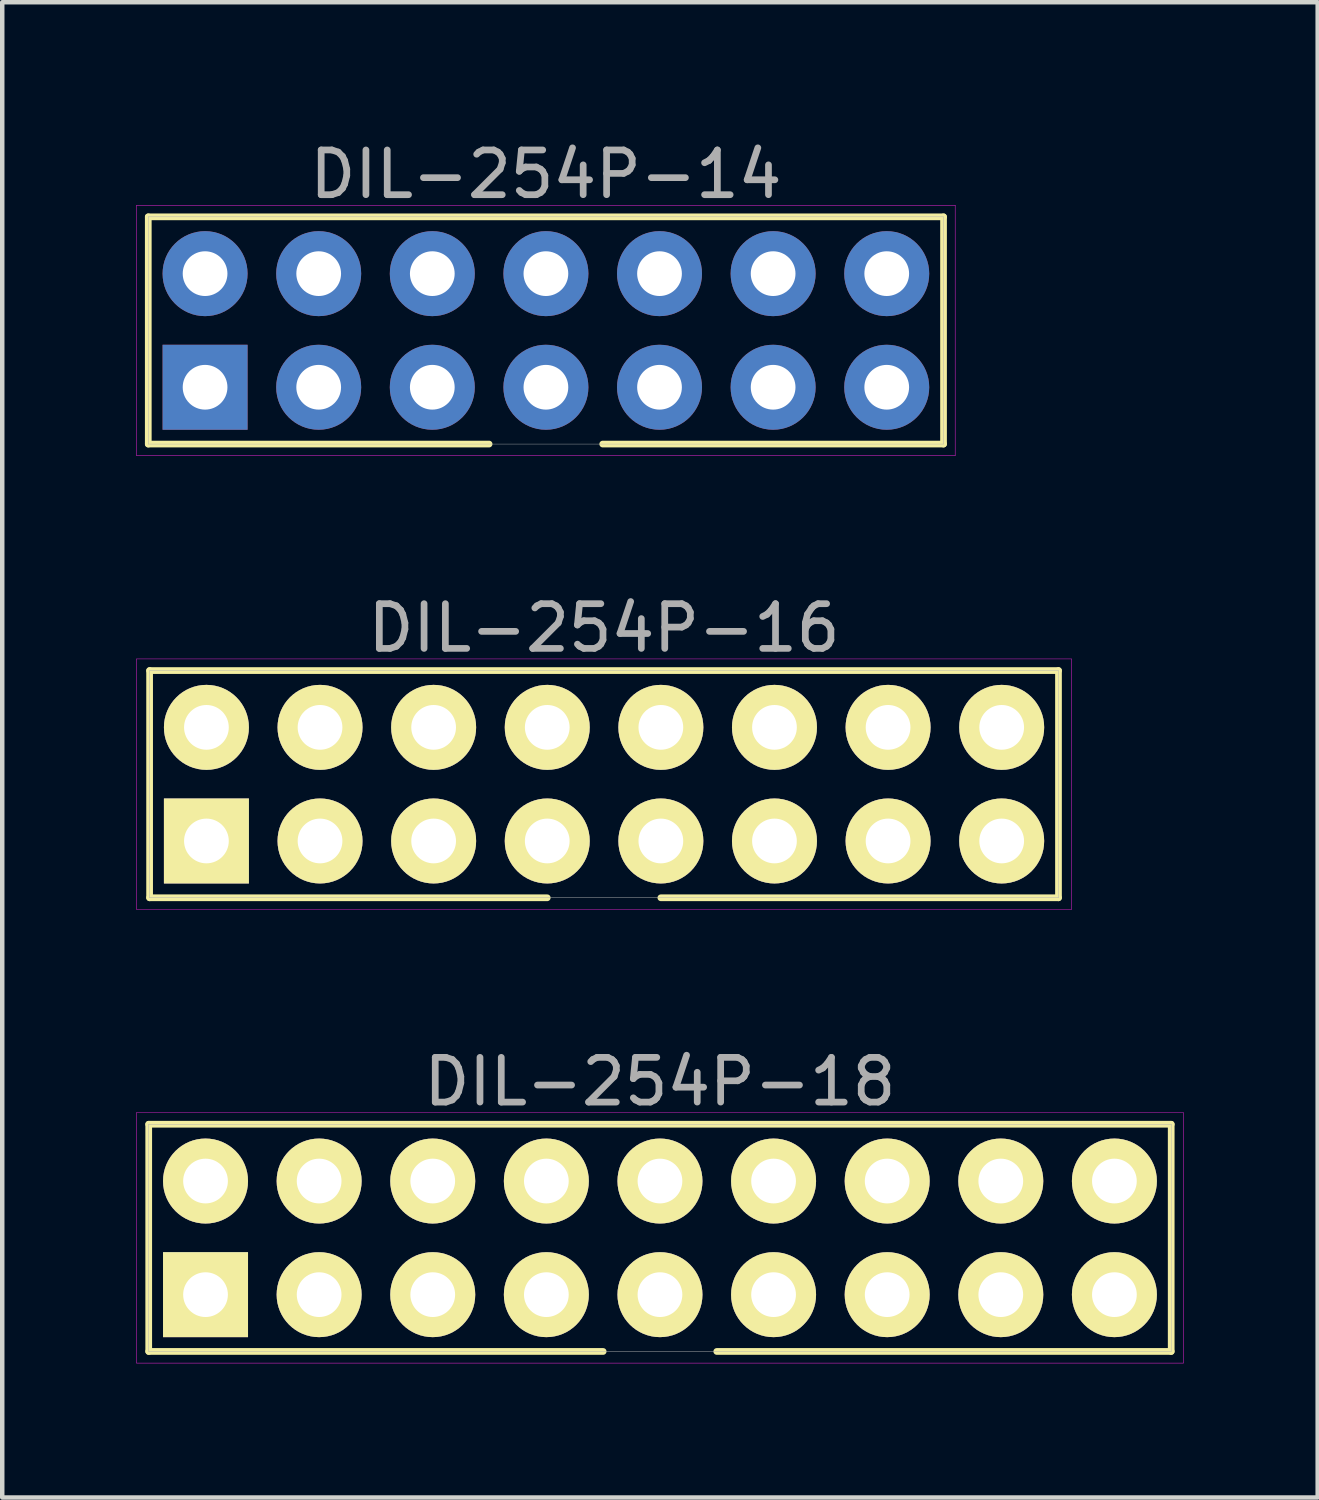
<source format=kicad_pcb>
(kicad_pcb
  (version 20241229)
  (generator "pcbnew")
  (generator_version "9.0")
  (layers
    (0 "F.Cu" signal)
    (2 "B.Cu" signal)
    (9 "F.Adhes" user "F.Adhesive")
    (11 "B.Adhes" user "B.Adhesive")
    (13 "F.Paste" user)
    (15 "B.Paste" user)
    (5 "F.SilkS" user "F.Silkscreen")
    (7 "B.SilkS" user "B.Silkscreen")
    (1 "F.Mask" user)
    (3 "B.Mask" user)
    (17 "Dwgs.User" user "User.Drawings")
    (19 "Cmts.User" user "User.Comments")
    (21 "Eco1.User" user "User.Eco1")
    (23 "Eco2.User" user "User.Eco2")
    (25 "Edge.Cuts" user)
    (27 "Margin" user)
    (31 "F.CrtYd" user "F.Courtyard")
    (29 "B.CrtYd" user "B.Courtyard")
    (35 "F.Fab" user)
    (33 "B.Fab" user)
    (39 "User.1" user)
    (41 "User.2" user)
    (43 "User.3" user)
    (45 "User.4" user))
  (footprint "DIL-254P-18"
    (layer "F.Cu")
    (at 11.705 24.625)
    (property "Reference" "DIL-254P-18" (at 0 -3.49 0) (layer "F.Fab") (effects (font (size 1 1) (thickness 0.15))))
    (attr through_hole)
    (fp_line (start -11.43 -2.54) (end 11.43 -2.54) (stroke (width 0.15) (type solid)) (layer "F.SilkS"))
    (fp_line (start -11.43 2.54) (end -11.43 -2.54) (stroke (width 0.15) (type solid)) (layer "F.SilkS"))
    (fp_line (start -1.27 2.54) (end -11.43 2.54) (stroke (width 0.15) (type solid)) (layer "F.SilkS"))
    (fp_line (start 11.43 -2.54) (end 11.43 2.54) (stroke (width 0.15) (type solid)) (layer "F.SilkS"))
    (fp_line (start 11.43 2.54) (end 1.27 2.54) (stroke (width 0.15) (type solid)) (layer "F.SilkS"))
    (fp_line (start -11.7 -2.8) (end 11.7 -2.8) (stroke (width 0.01) (type solid)) (layer "F.CrtYd"))
    (fp_line (start -11.7 2.8) (end -11.7 -2.8) (stroke (width 0.01) (type solid)) (layer "F.CrtYd"))
    (fp_line (start 11.7 -2.8) (end 11.7 2.8) (stroke (width 0.01) (type solid)) (layer "F.CrtYd"))
    (fp_line (start 11.7 2.8) (end -11.7 2.8) (stroke (width 0.01) (type solid)) (layer "F.CrtYd"))
    (fp_line (start -11.43 -2.54) (end 11.43 -2.54) (stroke (width 0.01) (type solid)) (layer "F.Fab"))
    (fp_line (start -11.43 2.54) (end -11.43 -2.54) (stroke (width 0.01) (type solid)) (layer "F.Fab"))
    (fp_line (start 11.43 -2.54) (end 11.43 2.54) (stroke (width 0.01) (type solid)) (layer "F.Fab"))
    (fp_line (start 11.43 2.54) (end -11.43 2.54) (stroke (width 0.01) (type solid)) (layer "F.Fab"))
    (pad "1" thru_hole rect (at -10.16 1.27) (size 1.9 1.9) (drill 1) (layers "*.Cu" "*.Mask" "F.SilkS"))
    (pad "2" thru_hole circle (at -10.16 -1.27) (size 1.9 1.9) (drill 1) (layers "*.Cu" "*.Mask" "F.SilkS"))
    (pad "3" thru_hole circle (at -7.62 1.27) (size 1.9 1.9) (drill 1) (layers "*.Cu" "*.Mask" "F.SilkS"))
    (pad "4" thru_hole circle (at -7.62 -1.27) (size 1.9 1.9) (drill 1) (layers "*.Cu" "*.Mask" "F.SilkS"))
    (pad "5" thru_hole circle (at -5.08 1.27) (size 1.9 1.9) (drill 1) (layers "*.Cu" "*.Mask" "F.SilkS"))
    (pad "6" thru_hole circle (at -5.08 -1.27) (size 1.9 1.9) (drill 1) (layers "*.Cu" "*.Mask" "F.SilkS"))
    (pad "7" thru_hole circle (at -2.54 1.27) (size 1.9 1.9) (drill 1) (layers "*.Cu" "*.Mask" "F.SilkS"))
    (pad "8" thru_hole circle (at -2.54 -1.27) (size 1.9 1.9) (drill 1) (layers "*.Cu" "*.Mask" "F.SilkS"))
    (pad "9" thru_hole circle (at 0 1.27) (size 1.9 1.9) (drill 1) (layers "*.Cu" "*.Mask" "F.SilkS"))
    (pad "10" thru_hole circle (at 0 -1.27) (size 1.9 1.9) (drill 1) (layers "*.Cu" "*.Mask" "F.SilkS"))
    (pad "11" thru_hole circle (at 2.54 1.27) (size 1.9 1.9) (drill 1) (layers "*.Cu" "*.Mask" "F.SilkS"))
    (pad "12" thru_hole circle (at 2.54 -1.27) (size 1.9 1.9) (drill 1) (layers "*.Cu" "*.Mask" "F.SilkS"))
    (pad "13" thru_hole circle (at 5.08 1.27) (size 1.9 1.9) (drill 1) (layers "*.Cu" "*.Mask" "F.SilkS"))
    (pad "14" thru_hole circle (at 5.08 -1.27) (size 1.9 1.9) (drill 1) (layers "*.Cu" "*.Mask" "F.SilkS"))
    (pad "15" thru_hole circle (at 7.62 1.27) (size 1.9 1.9) (drill 1) (layers "*.Cu" "*.Mask" "F.SilkS"))
    (pad "16" thru_hole circle (at 7.62 -1.27) (size 1.9 1.9) (drill 1) (layers "*.Cu" "*.Mask" "F.SilkS"))
    (pad "17" thru_hole circle (at 10.16 1.27) (size 1.9 1.9) (drill 1) (layers "*.Cu" "*.Mask" "F.SilkS"))
    (pad "18" thru_hole circle (at 10.16 -1.27) (size 1.9 1.9) (drill 1) (layers "*.Cu" "*.Mask" "F.SilkS")))
  (footprint "DIL-254P-16"
    (layer "F.Cu")
    (at 10.455 14.482)
    (property "Reference" "DIL-254P-16" (at 0 -3.49 0) (layer "F.Fab") (effects (font (size 1 1) (thickness 0.15))))
    (attr through_hole)
    (fp_line (start -10.16 -2.54) (end 10.16 -2.54) (stroke (width 0.15) (type solid)) (layer "F.SilkS"))
    (fp_line (start -10.16 2.54) (end -10.16 -2.54) (stroke (width 0.15) (type solid)) (layer "F.SilkS"))
    (fp_line (start -1.27 2.54) (end -10.16 2.54) (stroke (width 0.15) (type solid)) (layer "F.SilkS"))
    (fp_line (start 10.16 -2.54) (end 10.16 2.54) (stroke (width 0.15) (type solid)) (layer "F.SilkS"))
    (fp_line (start 10.16 2.54) (end 1.27 2.54) (stroke (width 0.15) (type solid)) (layer "F.SilkS"))
    (fp_line (start -10.45 -2.8) (end 10.45 -2.8) (stroke (width 0.01) (type solid)) (layer "F.CrtYd"))
    (fp_line (start -10.45 2.8) (end -10.45 -2.8) (stroke (width 0.01) (type solid)) (layer "F.CrtYd"))
    (fp_line (start 10.45 -2.8) (end 10.45 2.8) (stroke (width 0.01) (type solid)) (layer "F.CrtYd"))
    (fp_line (start 10.45 2.8) (end -10.45 2.8) (stroke (width 0.01) (type solid)) (layer "F.CrtYd"))
    (fp_line (start -10.16 -2.54) (end 10.16 -2.54) (stroke (width 0.01) (type solid)) (layer "F.Fab"))
    (fp_line (start -10.16 2.54) (end -10.16 -2.54) (stroke (width 0.01) (type solid)) (layer "F.Fab"))
    (fp_line (start 10.16 -2.54) (end 10.16 2.54) (stroke (width 0.01) (type solid)) (layer "F.Fab"))
    (fp_line (start 10.16 2.54) (end -10.16 2.54) (stroke (width 0.01) (type solid)) (layer "F.Fab"))
    (pad "1" thru_hole rect (at -8.89 1.27) (size 1.9 1.9) (drill 1) (layers "*.Cu" "*.Mask" "F.SilkS"))
    (pad "2" thru_hole circle (at -8.89 -1.27) (size 1.9 1.9) (drill 1) (layers "*.Cu" "*.Mask" "F.SilkS"))
    (pad "3" thru_hole circle (at -6.35 1.27) (size 1.9 1.9) (drill 1) (layers "*.Cu" "*.Mask" "F.SilkS"))
    (pad "4" thru_hole circle (at -6.35 -1.27) (size 1.9 1.9) (drill 1) (layers "*.Cu" "*.Mask" "F.SilkS"))
    (pad "5" thru_hole circle (at -3.81 1.27) (size 1.9 1.9) (drill 1) (layers "*.Cu" "*.Mask" "F.SilkS"))
    (pad "6" thru_hole circle (at -3.81 -1.27) (size 1.9 1.9) (drill 1) (layers "*.Cu" "*.Mask" "F.SilkS"))
    (pad "7" thru_hole circle (at -1.27 1.27) (size 1.9 1.9) (drill 1) (layers "*.Cu" "*.Mask" "F.SilkS"))
    (pad "8" thru_hole circle (at -1.27 -1.27) (size 1.9 1.9) (drill 1) (layers "*.Cu" "*.Mask" "F.SilkS"))
    (pad "9" thru_hole circle (at 1.27 1.27) (size 1.9 1.9) (drill 1) (layers "*.Cu" "*.Mask" "F.SilkS"))
    (pad "10" thru_hole circle (at 1.27 -1.27) (size 1.9 1.9) (drill 1) (layers "*.Cu" "*.Mask" "F.SilkS"))
    (pad "11" thru_hole circle (at 3.81 1.27) (size 1.9 1.9) (drill 1) (layers "*.Cu" "*.Mask" "F.SilkS"))
    (pad "12" thru_hole circle (at 3.81 -1.27) (size 1.9 1.9) (drill 1) (layers "*.Cu" "*.Mask" "F.SilkS"))
    (pad "13" thru_hole circle (at 6.35 1.27) (size 1.9 1.9) (drill 1) (layers "*.Cu" "*.Mask" "F.SilkS"))
    (pad "14" thru_hole circle (at 6.35 -1.27) (size 1.9 1.9) (drill 1) (layers "*.Cu" "*.Mask" "F.SilkS"))
    (pad "15" thru_hole circle (at 8.89 1.27) (size 1.9 1.9) (drill 1) (layers "*.Cu" "*.Mask" "F.SilkS"))
    (pad "16" thru_hole circle (at 8.89 -1.27) (size 1.9 1.9) (drill 1) (layers "*.Cu" "*.Mask" "F.SilkS")))
  (footprint "DIL-254P-14"
    (layer "F.Cu")
    (at 9.155 4.338)
    (property "Reference" "DIL-254P-14" (at 0 -3.49 0) (layer "F.Fab") (effects (font (size 1 1) (thickness 0.15))))
    (attr through_hole)
    (fp_line (start -8.89 -2.54) (end 8.89 -2.54) (stroke (width 0.15) (type solid)) (layer "F.SilkS"))
    (fp_line (start -8.89 2.54) (end -8.89 -2.54) (stroke (width 0.15) (type solid)) (layer "F.SilkS"))
    (fp_line (start -1.27 2.54) (end -8.89 2.54) (stroke (width 0.15) (type solid)) (layer "F.SilkS"))
    (fp_line (start 8.89 -2.54) (end 8.89 2.54) (stroke (width 0.15) (type solid)) (layer "F.SilkS"))
    (fp_line (start 8.89 2.54) (end 1.27 2.54) (stroke (width 0.15) (type solid)) (layer "F.SilkS"))
    (fp_line (start -9.15 -2.8) (end 9.15 -2.8) (stroke (width 0.01) (type solid)) (layer "F.CrtYd"))
    (fp_line (start -9.15 2.8) (end -9.15 -2.8) (stroke (width 0.01) (type solid)) (layer "F.CrtYd"))
    (fp_line (start 9.15 -2.8) (end 9.15 2.8) (stroke (width 0.01) (type solid)) (layer "F.CrtYd"))
    (fp_line (start 9.15 2.8) (end -9.15 2.8) (stroke (width 0.01) (type solid)) (layer "F.CrtYd"))
    (fp_line (start -8.89 -2.54) (end 8.89 -2.54) (stroke (width 0.01) (type solid)) (layer "F.Fab"))
    (fp_line (start -8.89 2.54) (end -8.89 -2.54) (stroke (width 0.01) (type solid)) (layer "F.Fab"))
    (fp_line (start 8.89 -2.54) (end 8.89 2.54) (stroke (width 0.01) (type solid)) (layer "F.Fab"))
    (fp_line (start 8.89 2.54) (end -8.89 2.54) (stroke (width 0.01) (type solid)) (layer "F.Fab"))
    (pad "1" thru_hole rect (at -7.62 1.27) (size 1.9 1.9) (drill 1) (layers "F.Cu" "F.Mask" "F.Paste"))
    (pad "2" thru_hole circle (at -7.62 -1.27) (size 1.9 1.9) (drill 1) (layers "F.Cu" "F.Mask" "F.Paste"))
    (pad "3" thru_hole circle (at -5.08 1.27) (size 1.9 1.9) (drill 1) (layers "F.Cu" "F.Mask" "F.Paste"))
    (pad "4" thru_hole circle (at -5.08 -1.27) (size 1.9 1.9) (drill 1) (layers "F.Cu" "F.Mask" "F.Paste"))
    (pad "5" thru_hole circle (at -2.54 1.27) (size 1.9 1.9) (drill 1) (layers "F.Cu" "F.Mask" "F.Paste"))
    (pad "6" thru_hole circle (at -2.54 -1.27) (size 1.9 1.9) (drill 1) (layers "F.Cu" "F.Mask" "F.Paste"))
    (pad "7" thru_hole circle (at 0 1.27) (size 1.9 1.9) (drill 1) (layers "F.Cu" "F.Mask" "F.Paste"))
    (pad "8" thru_hole circle (at 0 -1.27) (size 1.9 1.9) (drill 1) (layers "F.Cu" "F.Mask" "F.Paste"))
    (pad "9" thru_hole circle (at 2.54 1.27) (size 1.9 1.9) (drill 1) (layers "F.Cu" "F.Mask" "F.Paste"))
    (pad "10" thru_hole circle (at 2.54 -1.27) (size 1.9 1.9) (drill 1) (layers "F.Cu" "F.Mask" "F.Paste"))
    (pad "11" thru_hole circle (at 5.08 1.27) (size 1.9 1.9) (drill 1) (layers "F.Cu" "F.Mask" "F.Paste"))
    (pad "12" thru_hole circle (at 5.08 -1.27) (size 1.9 1.9) (drill 1) (layers "F.Cu" "F.Mask" "F.Paste"))
    (pad "13" thru_hole circle (at 7.62 1.27) (size 1.9 1.9) (drill 1) (layers "F.Cu" "F.Mask" "F.Paste"))
    (pad "14" thru_hole circle (at 7.62 -1.27) (size 1.9 1.9) (drill 1) (layers "F.Cu" "F.Mask" "F.Paste")))
  (gr_rect
    (start -3 -3)
    (end 26.41 30.43)
    (stroke (width 0.1) (type default))
    (fill no)
    (layer "Edge.Cuts")))
</source>
